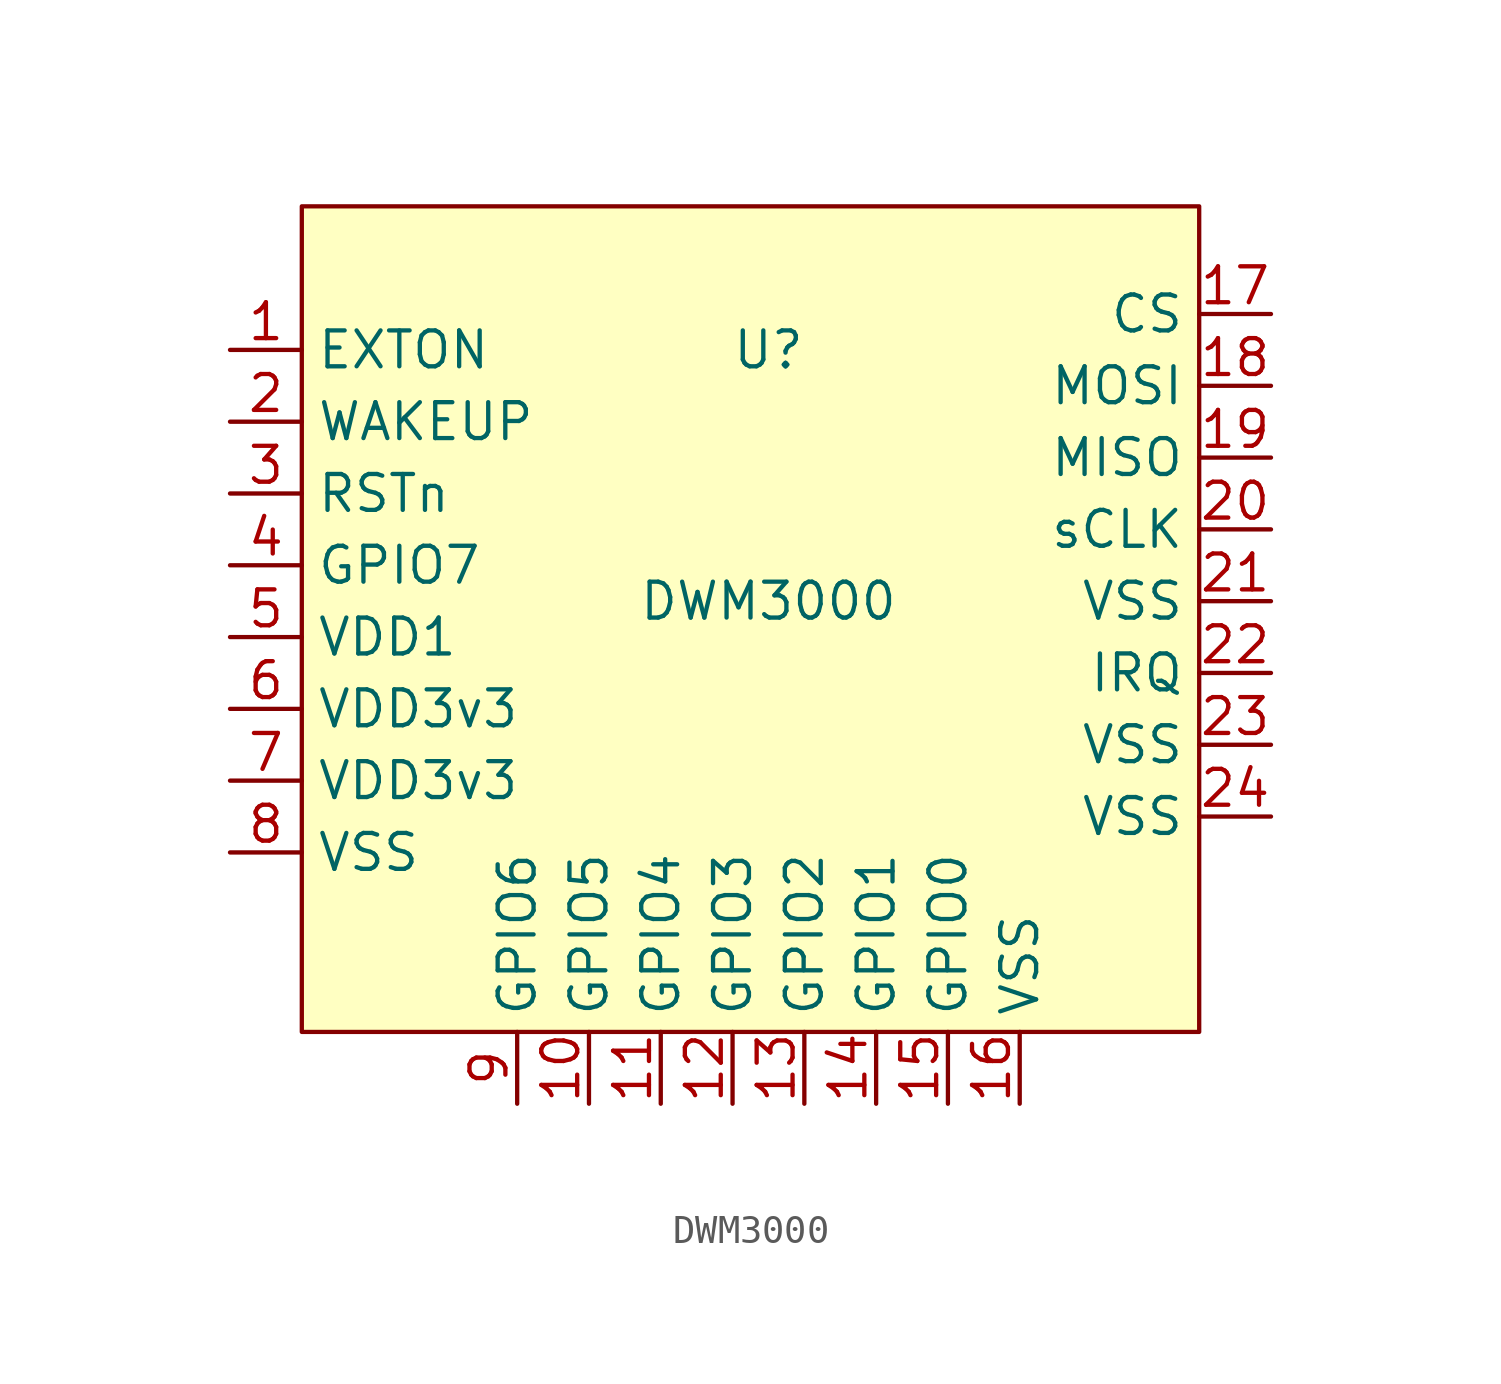
<source format=kicad_sym>
(kicad_symbol_lib
  (version 20211014)
  (generator kicad_symbol_editor)
  (symbol "DWM3000"
    (property "Reference" "U"
      (at 0 8.89 0)
      (effects (font (size 1.27 1.27))))
    (property "Value" "DWM3000"
      (at 0 0 0)
      (effects (font (size 1.27 1.27))))
    (symbol "DWM3000_0_0"
      (pin input line (at -6.35 -17.78 90) (length 2.54) (name "GPIO5" (effects (font (size 1.27 1.27)))) (number "10" (effects (font (size 1.27 1.27)))))
      (pin input line (at -3.81 -17.78 90) (length 2.54) (name "GPIO4" (effects (font (size 1.27 1.27)))) (number "11" (effects (font (size 1.27 1.27)))))
      (pin input line (at -1.27 -17.78 90) (length 2.54) (name "GPIO3" (effects (font (size 1.27 1.27)))) (number "12" (effects (font (size 1.27 1.27)))))
      (pin input line (at 1.27 -17.78 90) (length 2.54) (name "GPIO2" (effects (font (size 1.27 1.27)))) (number "13" (effects (font (size 1.27 1.27)))))
      (pin input line (at 3.81 -17.78 90) (length 2.54) (name "GPIO1" (effects (font (size 1.27 1.27)))) (number "14" (effects (font (size 1.27 1.27)))))
      (pin input line (at 6.35 -17.78 90) (length 2.54) (name "GPIO0" (effects (font (size 1.27 1.27)))) (number "15" (effects (font (size 1.27 1.27)))))
      (pin input line (at 8.89 -17.78 90) (length 2.54) (name "VSS" (effects (font (size 1.27 1.27)))) (number "16" (effects (font (size 1.27 1.27)))))
      (pin input line (at 17.78 10.16 180) (length 2.54) (name "CS" (effects (font (size 1.27 1.27)))) (number "17" (effects (font (size 1.27 1.27)))))
      (pin input line (at 17.78 7.62 180) (length 2.54) (name "MOSI" (effects (font (size 1.27 1.27)))) (number "18" (effects (font (size 1.27 1.27)))))
      (pin input line (at 17.78 5.08 180) (length 2.54) (name "MISO" (effects (font (size 1.27 1.27)))) (number "19" (effects (font (size 1.27 1.27)))))
      (pin input line (at 17.78 2.54 180) (length 2.54) (name "sCLK" (effects (font (size 1.27 1.27)))) (number "20" (effects (font (size 1.27 1.27)))))
      (pin input line (at 17.78 0 180) (length 2.54) (name "VSS" (effects (font (size 1.27 1.27)))) (number "21" (effects (font (size 1.27 1.27)))))
      (pin input line (at 17.78 -2.54 180) (length 2.54) (name "IRQ" (effects (font (size 1.27 1.27)))) (number "22" (effects (font (size 1.27 1.27)))))
      (pin input line (at 17.78 -5.08 180) (length 2.54) (name "VSS" (effects (font (size 1.27 1.27)))) (number "23" (effects (font (size 1.27 1.27)))))
      (pin input line (at 17.78 -7.62 180) (length 2.54) (name "VSS" (effects (font (size 1.27 1.27)))) (number "24" (effects (font (size 1.27 1.27)))))
      (pin input line (at -19.05 -1.27 0) (length 2.54) (name "VDD1" (effects (font (size 1.27 1.27)))) (number "5" (effects (font (size 1.27 1.27)))))
      (pin input line (at -19.05 -3.81 0) (length 2.54) (name "VDD3v3" (effects (font (size 1.27 1.27)))) (number "6" (effects (font (size 1.27 1.27)))))
      (pin input line (at -19.05 -6.35 0) (length 2.54) (name "VDD3v3" (effects (font (size 1.27 1.27)))) (number "7" (effects (font (size 1.27 1.27)))))
      (pin input line (at -19.05 -8.89 0) (length 2.54) (name "VSS" (effects (font (size 1.27 1.27)))) (number "8" (effects (font (size 1.27 1.27)))))
      (pin input line (at -8.89 -17.78 90) (length 2.54) (name "GPIO6" (effects (font (size 1.27 1.27)))) (number "9" (effects (font (size 1.27 1.27))))))
    (symbol "DWM3000_0_1"
      (rectangle (start -16.51 13.97) (end 15.24 -15.24) (stroke (width 0.152) (type default) (color 0 0 0 0)) (fill (type background))))
    (symbol "DWM3000_1_1"
      (pin input line (at -19.05 8.89 0) (length 2.54) (name "EXTON" (effects (font (size 1.27 1.27)))) (number "1" (effects (font (size 1.27 1.27)))))
      (pin input line (at -19.05 6.35 0) (length 2.54) (name "WAKEUP" (effects (font (size 1.27 1.27)))) (number "2" (effects (font (size 1.27 1.27)))))
      (pin input line (at -19.05 3.81 0) (length 2.54) (name "RSTn" (effects (font (size 1.27 1.27)))) (number "3" (effects (font (size 1.27 1.27)))))
      (pin input line (at -19.05 1.27 0) (length 2.54) (name "GPIO7" (effects (font (size 1.27 1.27)))) (number "4" (effects (font (size 1.27 1.27))))))))
</source>
